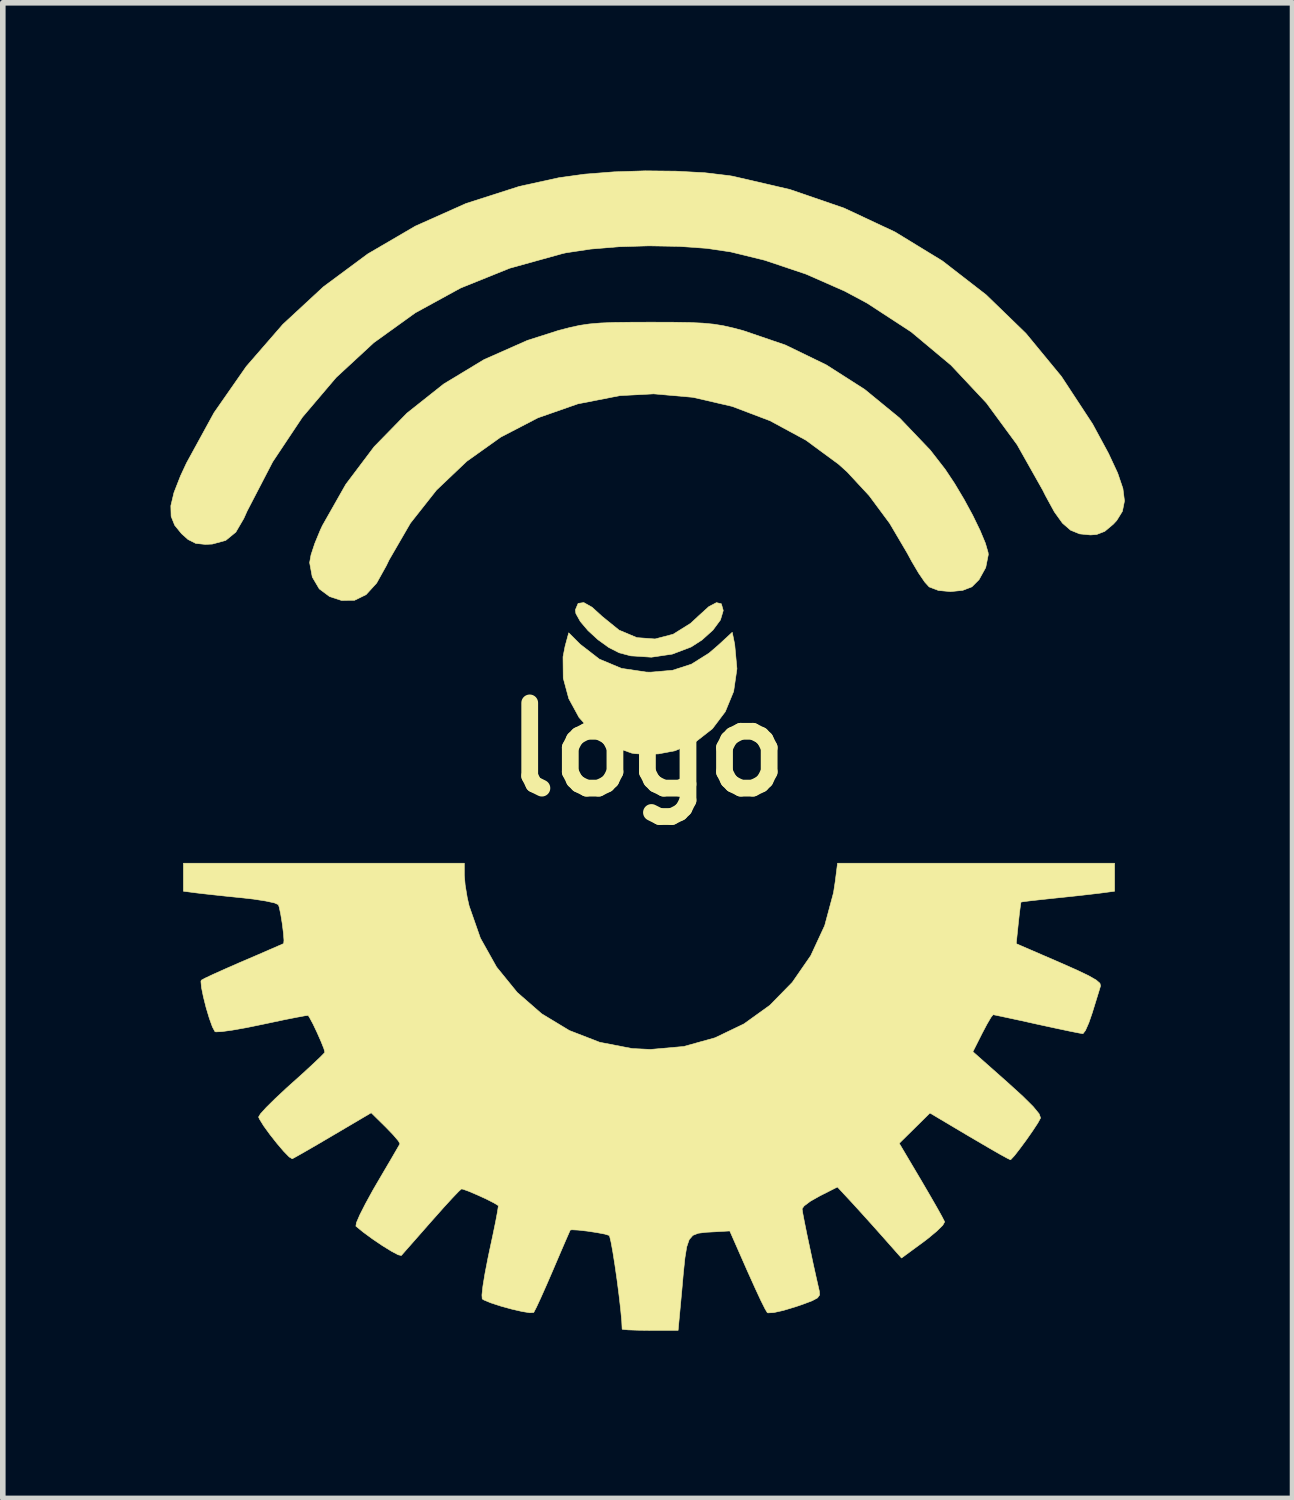
<source format=kicad_pcb>
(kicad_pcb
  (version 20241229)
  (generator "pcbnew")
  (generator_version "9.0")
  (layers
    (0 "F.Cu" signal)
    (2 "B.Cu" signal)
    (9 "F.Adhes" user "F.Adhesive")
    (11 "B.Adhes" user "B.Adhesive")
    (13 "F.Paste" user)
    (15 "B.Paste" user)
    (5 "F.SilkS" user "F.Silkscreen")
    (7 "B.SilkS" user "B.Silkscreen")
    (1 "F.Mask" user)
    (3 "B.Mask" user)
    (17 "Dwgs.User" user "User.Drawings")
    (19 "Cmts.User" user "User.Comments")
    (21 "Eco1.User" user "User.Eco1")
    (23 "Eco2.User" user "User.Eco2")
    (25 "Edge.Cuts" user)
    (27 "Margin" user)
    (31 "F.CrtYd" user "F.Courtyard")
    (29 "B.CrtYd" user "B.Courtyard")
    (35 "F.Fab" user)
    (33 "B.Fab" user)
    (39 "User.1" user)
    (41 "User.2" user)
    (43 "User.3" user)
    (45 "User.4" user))
  (footprint "logo"
    (layer "F.Cu")
    (at 8.527 10.354)
    (property "Reference" "logo" (at 0 0 0) (layer "F.SilkS") (effects (font (size 1.524 1.524) (thickness 0.3))))
    (attr through_hole)
    (fp_poly (pts (xy -0.989 -2.545) (xy -0.808 -2.38) (xy -0.507 -2.136) (xy -0.188 -2.002) (xy 0.137 -1.978) (xy 0.461 -2.063) (xy 0.772 -2.257) (xy 0.915 -2.39) (xy 1.098 -2.556) (xy 1.235 -2.628) (xy 1.322 -2.607) (xy 1.355 -2.491) (xy 1.355 -2.482) (xy 1.306 -2.318) (xy 1.172 -2.137) (xy 0.976 -1.96) (xy 0.782 -1.835) (xy 0.445 -1.707) (xy 0.071 -1.652) (xy -0.298 -1.676) (xy -0.505 -1.731) (xy -0.69 -1.825) (xy -0.883 -1.964) (xy -1.061 -2.127) (xy -1.2 -2.291) (xy -1.279 -2.433) (xy -1.288 -2.498) (xy -1.239 -2.614) (xy -1.138 -2.629) (xy -0.989 -2.545)) (stroke (width 0.01) (type solid)) (fill yes) (layer "F.SilkS"))
    (fp_poly (pts (xy 1.561 -1.881) (xy 1.601 -1.445) (xy 1.542 -1.04) (xy 1.393 -0.678) (xy 1.163 -0.373) (xy 0.86 -0.136) (xy 0.494 0.021) (xy 0.198 0.077) (xy -0.016 0.085) (xy -0.219 0.073) (xy -0.282 0.063) (xy -0.65 -0.07) (xy -0.967 -0.288) (xy -1.223 -0.575) (xy -1.406 -0.911) (xy -1.505 -1.278) (xy -1.509 -1.659) (xy -1.472 -1.848) (xy -1.407 -2.088) (xy -1.202 -1.883) (xy -0.86 -1.618) (xy -0.464 -1.452) (xy -0.019 -1.386) (xy 0.056 -1.384) (xy 0.45 -1.418) (xy 0.787 -1.527) (xy 1.101 -1.724) (xy 1.262 -1.862) (xy 1.517 -2.097) (xy 1.561 -1.881)) (stroke (width 0.01) (type solid)) (fill yes) (layer "F.SilkS"))
    (fp_poly (pts (xy 0.448 -7.642) (xy 0.75 -7.637) (xy 0.986 -7.626) (xy 1.179 -7.608) (xy 1.354 -7.58) (xy 1.534 -7.539) (xy 1.709 -7.493) (xy 2.468 -7.234) (xy 3.199 -6.879) (xy 3.886 -6.44) (xy 4.511 -5.928) (xy 5.057 -5.356) (xy 5.325 -5.011) (xy 5.494 -4.757) (xy 5.662 -4.475) (xy 5.818 -4.188) (xy 5.949 -3.918) (xy 6.044 -3.69) (xy 6.092 -3.524) (xy 6.096 -3.486) (xy 6.05 -3.255) (xy 5.93 -3.038) (xy 5.802 -2.91) (xy 5.638 -2.847) (xy 5.421 -2.825) (xy 5.205 -2.845) (xy 5.04 -2.908) (xy 5.038 -2.909) (xy 4.96 -2.995) (xy 4.85 -3.156) (xy 4.726 -3.366) (xy 4.647 -3.512) (xy 4.333 -4.045) (xy 3.966 -4.54) (xy 3.57 -4.967) (xy 3.42 -5.102) (xy 2.834 -5.533) (xy 2.193 -5.88) (xy 1.515 -6.137) (xy 0.815 -6.299) (xy 0.112 -6.361) (xy -0.494 -6.329) (xy -1.245 -6.182) (xy -1.957 -5.933) (xy -2.622 -5.588) (xy -3.23 -5.155) (xy -3.772 -4.64) (xy -4.238 -4.049) (xy -4.62 -3.39) (xy -4.667 -3.292) (xy -4.842 -2.977) (xy -5.03 -2.771) (xy -5.238 -2.669) (xy -5.474 -2.668) (xy -5.683 -2.736) (xy -5.868 -2.874) (xy -5.993 -3.086) (xy -6.04 -3.341) (xy -6.04 -3.345) (xy -6.015 -3.483) (xy -5.948 -3.686) (xy -5.851 -3.921) (xy -5.812 -4.005) (xy -5.394 -4.742) (xy -4.887 -5.415) (xy -4.3 -6.016) (xy -3.642 -6.538) (xy -2.921 -6.974) (xy -2.146 -7.317) (xy -1.592 -7.494) (xy -1.391 -7.546) (xy -1.214 -7.585) (xy -1.038 -7.611) (xy -0.839 -7.628) (xy -0.594 -7.638) (xy -0.279 -7.642) (xy 0.056 -7.643) (xy 0.448 -7.642)) (stroke (width 0.01) (type solid)) (fill yes) (layer "F.SilkS"))
    (fp_poly (pts (xy 0.513 -10.343) (xy 1.027 -10.315) (xy 1.47 -10.262) (xy 1.524 -10.253) (xy 2.547 -10.016) (xy 3.516 -9.683) (xy 4.427 -9.256) (xy 5.275 -8.738) (xy 6.057 -8.132) (xy 6.768 -7.443) (xy 7.404 -6.671) (xy 7.961 -5.822) (xy 8.246 -5.295) (xy 8.409 -4.945) (xy 8.503 -4.668) (xy 8.531 -4.446) (xy 8.494 -4.261) (xy 8.393 -4.097) (xy 8.331 -4.03) (xy 8.178 -3.902) (xy 8.033 -3.846) (xy 7.922 -3.838) (xy 7.729 -3.857) (xy 7.567 -3.923) (xy 7.422 -4.049) (xy 7.277 -4.251) (xy 7.118 -4.542) (xy 7.071 -4.636) (xy 6.611 -5.452) (xy 6.062 -6.199) (xy 5.43 -6.873) (xy 4.717 -7.469) (xy 3.929 -7.983) (xy 3.528 -8.198) (xy 2.837 -8.502) (xy 2.096 -8.751) (xy 1.487 -8.9) (xy 1.063 -8.963) (xy 0.565 -8.998) (xy 0.029 -9.008) (xy -0.51 -8.992) (xy -1.016 -8.95) (xy -1.454 -8.884) (xy -1.517 -8.87) (xy -2.462 -8.608) (xy -3.34 -8.254) (xy -4.151 -7.81) (xy -4.893 -7.276) (xy -5.566 -6.654) (xy -6.169 -5.944) (xy -6.7 -5.147) (xy -7.159 -4.263) (xy -7.217 -4.133) (xy -7.36 -3.888) (xy -7.541 -3.74) (xy -7.78 -3.675) (xy -7.905 -3.669) (xy -8.077 -3.687) (xy -8.215 -3.757) (xy -8.331 -3.861) (xy -8.453 -4.011) (xy -8.517 -4.171) (xy -8.522 -4.36) (xy -8.466 -4.595) (xy -8.349 -4.894) (xy -8.242 -5.124) (xy -7.75 -6.023) (xy -7.173 -6.851) (xy -6.519 -7.604) (xy -5.793 -8.276) (xy -5.001 -8.863) (xy -4.149 -9.361) (xy -3.244 -9.765) (xy -2.29 -10.071) (xy -1.582 -10.226) (xy -1.12 -10.29) (xy -0.595 -10.331) (xy -0.039 -10.349) (xy 0.513 -10.343)) (stroke (width 0.01) (type solid)) (fill yes) (layer "F.SilkS"))
    (fp_poly (pts (xy -3.274 2.246) (xy -3.259 2.422) (xy -3.222 2.646) (xy -3.188 2.796) (xy -2.987 3.371) (xy -2.697 3.889) (xy -2.328 4.343) (xy -1.891 4.724) (xy -1.395 5.024) (xy -0.853 5.234) (xy -0.274 5.346) (xy 0.056 5.362) (xy 0.651 5.309) (xy 1.211 5.153) (xy 1.727 4.905) (xy 2.19 4.572) (xy 2.591 4.162) (xy 2.921 3.685) (xy 3.17 3.148) (xy 3.328 2.56) (xy 3.359 2.357) (xy 3.4 2.032) (xy 8.354 2.032) (xy 8.354 2.533) (xy 8.114 2.565) (xy 7.954 2.584) (xy 7.719 2.611) (xy 7.447 2.64) (xy 7.282 2.657) (xy 7.038 2.683) (xy 6.841 2.705) (xy 6.715 2.721) (xy 6.68 2.728) (xy 6.671 2.784) (xy 6.653 2.923) (xy 6.633 3.104) (xy 6.595 3.471) (xy 7.363 3.803) (xy 7.673 3.94) (xy 7.889 4.043) (xy 8.025 4.121) (xy 8.092 4.179) (xy 8.103 4.226) (xy 8.103 4.226) (xy 8.073 4.325) (xy 8.021 4.494) (xy 7.958 4.698) (xy 7.958 4.699) (xy 7.893 4.887) (xy 7.833 5.023) (xy 7.789 5.08) (xy 7.787 5.08) (xy 7.714 5.068) (xy 7.553 5.036) (xy 7.326 4.988) (xy 7.054 4.929) (xy 6.971 4.911) (xy 6.693 4.849) (xy 6.456 4.798) (xy 6.281 4.761) (xy 6.19 4.742) (xy 6.182 4.741) (xy 6.144 4.788) (xy 6.073 4.909) (xy 5.987 5.072) (xy 5.82 5.403) (xy 6.441 5.953) (xy 6.714 6.201) (xy 6.9 6.386) (xy 7.004 6.513) (xy 7.031 6.587) (xy 7.029 6.591) (xy 6.982 6.677) (xy 6.892 6.814) (xy 6.78 6.975) (xy 6.664 7.132) (xy 6.565 7.26) (xy 6.501 7.329) (xy 6.491 7.335) (xy 6.435 7.308) (xy 6.3 7.234) (xy 6.104 7.121) (xy 5.865 6.981) (xy 5.757 6.918) (xy 5.052 6.499) (xy 4.778 6.77) (xy 4.503 7.041) (xy 4.9 7.711) (xy 5.046 7.961) (xy 5.171 8.178) (xy 5.263 8.343) (xy 5.311 8.436) (xy 5.315 8.446) (xy 5.281 8.507) (xy 5.174 8.612) (xy 5.015 8.744) (xy 4.939 8.802) (xy 4.544 9.092) (xy 4.205 8.709) (xy 4.017 8.498) (xy 3.824 8.284) (xy 3.661 8.105) (xy 3.632 8.074) (xy 3.398 7.822) (xy 3.082 7.982) (xy 2.917 8.075) (xy 2.803 8.16) (xy 2.766 8.211) (xy 2.777 8.286) (xy 2.808 8.448) (xy 2.853 8.671) (xy 2.908 8.93) (xy 2.966 9.203) (xy 3.024 9.464) (xy 3.075 9.688) (xy 3.075 9.69) (xy 3.079 9.753) (xy 3.042 9.805) (xy 2.945 9.857) (xy 2.769 9.923) (xy 2.648 9.964) (xy 2.429 10.03) (xy 2.257 10.068) (xy 2.155 10.073) (xy 2.143 10.067) (xy 2.103 10) (xy 2.028 9.85) (xy 1.929 9.637) (xy 1.814 9.382) (xy 1.783 9.313) (xy 1.473 8.608) (xy 1.23 8.622) (xy 1.045 8.632) (xy 0.909 8.649) (xy 0.813 8.687) (xy 0.747 8.763) (xy 0.703 8.892) (xy 0.671 9.089) (xy 0.642 9.37) (xy 0.616 9.666) (xy 0.549 10.386) (xy 0.049 10.386) (xy -0.173 10.383) (xy -0.344 10.377) (xy -0.44 10.368) (xy -0.452 10.364) (xy -0.459 10.218) (xy -0.479 10.008) (xy -0.508 9.755) (xy -0.543 9.484) (xy -0.581 9.22) (xy -0.618 8.985) (xy -0.651 8.805) (xy -0.676 8.702) (xy -0.684 8.688) (xy -0.762 8.664) (xy -0.905 8.637) (xy -1.076 8.611) (xy -1.236 8.593) (xy -1.349 8.587) (xy -1.38 8.592) (xy -1.404 8.647) (xy -1.465 8.786) (xy -1.553 8.99) (xy -1.66 9.24) (xy -1.691 9.313) (xy -1.805 9.576) (xy -1.905 9.801) (xy -1.983 9.969) (xy -2.029 10.058) (xy -2.034 10.066) (xy -2.101 10.071) (xy -2.243 10.048) (xy -2.429 10.005) (xy -2.625 9.951) (xy -2.8 9.894) (xy -2.923 9.843) (xy -2.954 9.823) (xy -2.959 9.754) (xy -2.942 9.597) (xy -2.905 9.371) (xy -2.852 9.097) (xy -2.826 8.973) (xy -2.765 8.688) (xy -2.715 8.446) (xy -2.681 8.265) (xy -2.666 8.167) (xy -2.666 8.155) (xy -2.744 8.107) (xy -2.882 8.037) (xy -3.044 7.963) (xy -3.194 7.899) (xy -3.3 7.861) (xy -3.326 7.857) (xy -3.377 7.903) (xy -3.488 8.019) (xy -3.642 8.187) (xy -3.824 8.392) (xy -3.865 8.438) (xy -4.052 8.651) (xy -4.213 8.834) (xy -4.333 8.97) (xy -4.396 9.042) (xy -4.401 9.047) (xy -4.458 9.034) (xy -4.58 8.969) (xy -4.742 8.869) (xy -4.919 8.749) (xy -5.085 8.627) (xy -5.213 8.522) (xy -5.203 8.46) (xy -5.143 8.321) (xy -5.042 8.122) (xy -4.91 7.881) (xy -4.852 7.781) (xy -4.705 7.53) (xy -4.578 7.314) (xy -4.484 7.152) (xy -4.432 7.062) (xy -4.425 7.051) (xy -4.453 6.998) (xy -4.544 6.891) (xy -4.673 6.757) (xy -4.939 6.495) (xy -5.616 6.894) (xy -5.866 7.041) (xy -6.083 7.167) (xy -6.248 7.261) (xy -6.341 7.312) (xy -6.352 7.317) (xy -6.405 7.285) (xy -6.503 7.185) (xy -6.625 7.042) (xy -6.751 6.882) (xy -6.862 6.729) (xy -6.936 6.609) (xy -6.953 6.571) (xy -6.92 6.515) (xy -6.816 6.4) (xy -6.656 6.242) (xy -6.455 6.054) (xy -6.378 5.985) (xy -6.163 5.792) (xy -5.981 5.624) (xy -5.846 5.496) (xy -5.775 5.423) (xy -5.768 5.414) (xy -5.784 5.351) (xy -5.835 5.223) (xy -5.905 5.064) (xy -5.979 4.908) (xy -6.042 4.791) (xy -6.066 4.754) (xy -6.123 4.76) (xy -6.27 4.787) (xy -6.488 4.83) (xy -6.757 4.887) (xy -6.885 4.914) (xy -7.172 4.973) (xy -7.421 5.017) (xy -7.61 5.043) (xy -7.718 5.048) (xy -7.734 5.042) (xy -7.779 4.958) (xy -7.834 4.805) (xy -7.891 4.616) (xy -7.94 4.421) (xy -7.974 4.254) (xy -7.984 4.146) (xy -7.977 4.124) (xy -7.911 4.088) (xy -7.76 4.017) (xy -7.548 3.922) (xy -7.293 3.81) (xy -7.225 3.781) (xy -6.966 3.67) (xy -6.748 3.575) (xy -6.589 3.506) (xy -6.509 3.471) (xy -6.504 3.469) (xy -6.499 3.41) (xy -6.509 3.279) (xy -6.53 3.111) (xy -6.557 2.945) (xy -6.584 2.818) (xy -6.6 2.773) (xy -6.669 2.742) (xy -6.825 2.708) (xy -7.043 2.674) (xy -7.228 2.653) (xy -7.504 2.625) (xy -7.765 2.597) (xy -7.974 2.574) (xy -8.057 2.564) (xy -8.297 2.533) (xy -8.297 2.032) (xy -3.274 2.032) (xy -3.274 2.246)) (stroke (width 0.01) (type solid)) (fill yes) (layer "F.SilkS")))
  (gr_rect
    (start -3 -3)
    (end 20.063 23.744)
    (stroke (width 0.1) (type default))
    (fill no)
    (layer "Edge.Cuts")))
</source>
